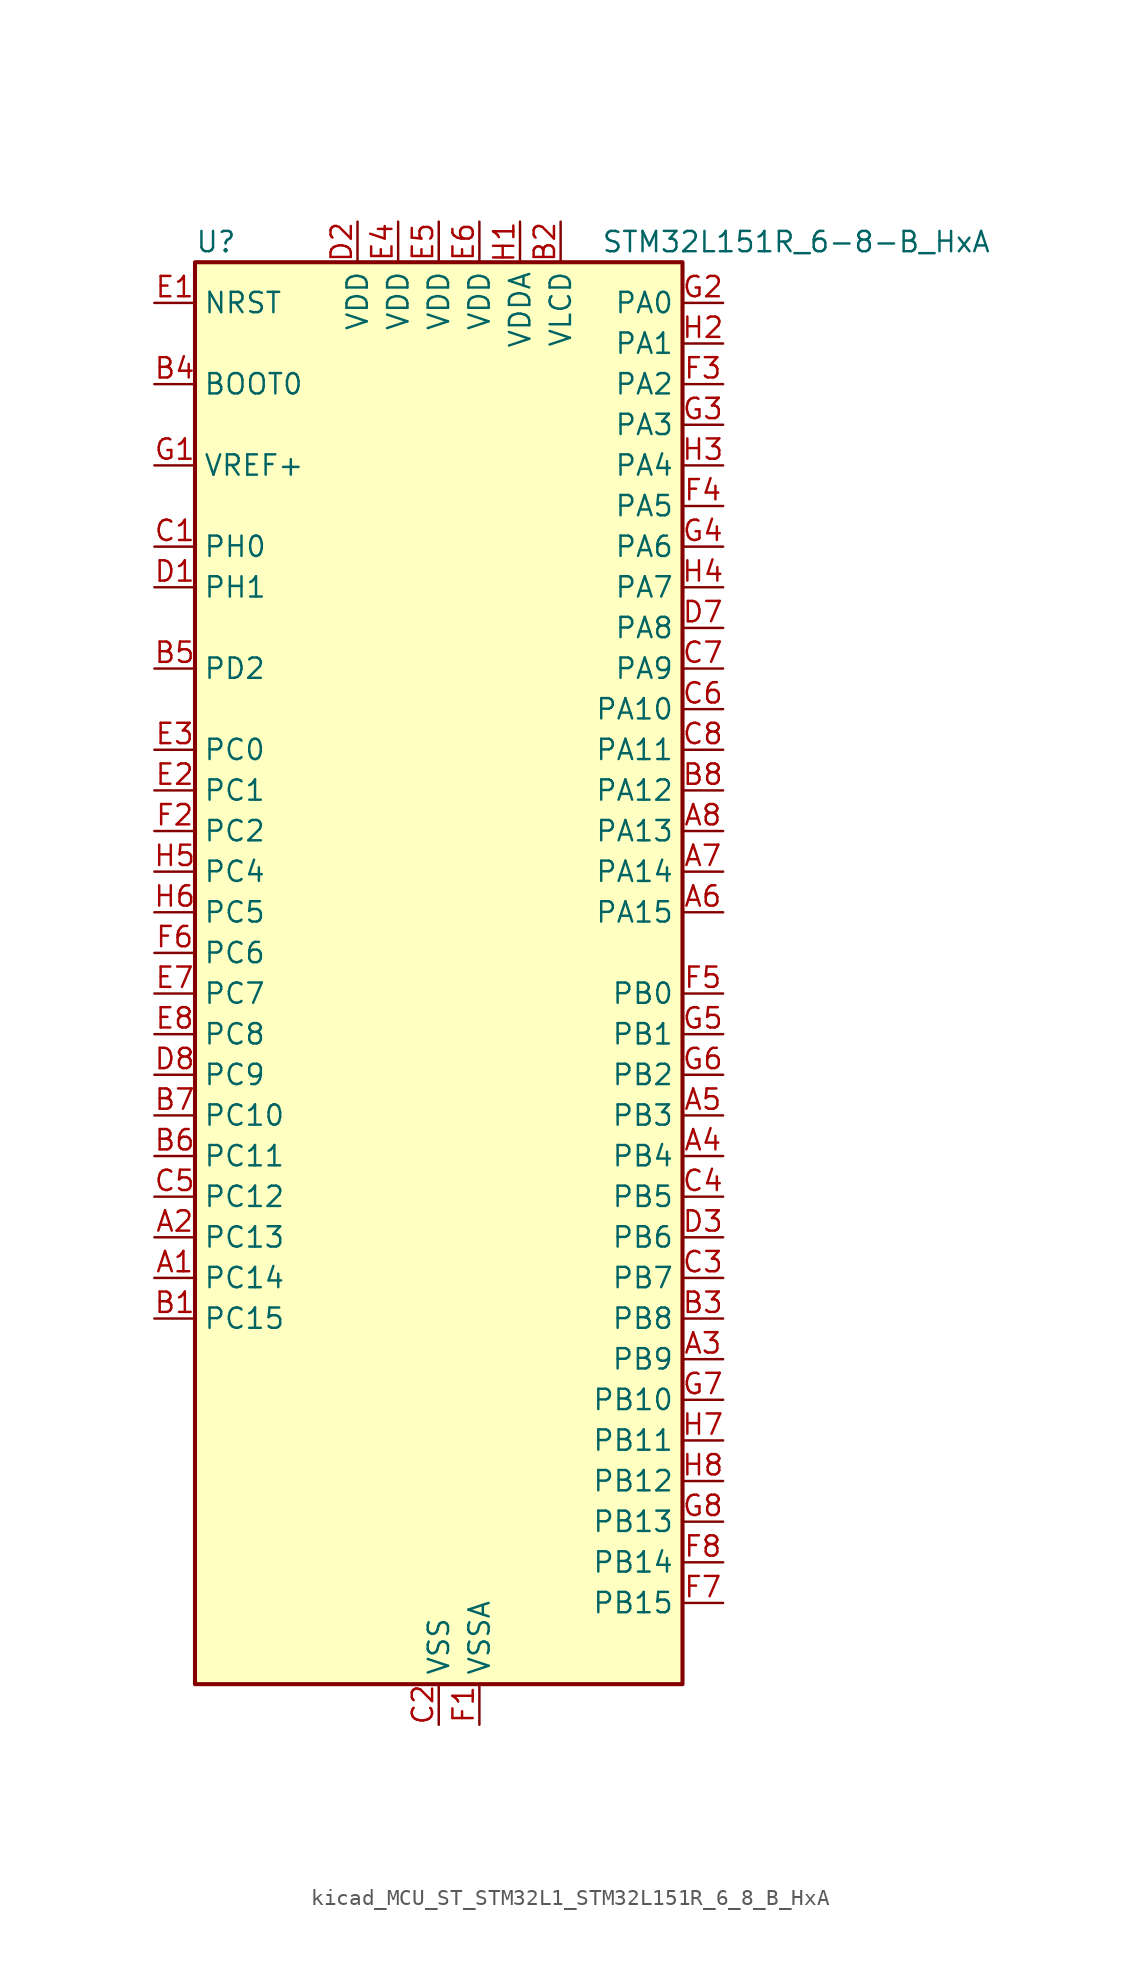
<source format=kicad_sym>
(kicad_symbol_lib
  (version 20220914)
  (generator kicad_symbol_editor)
  (symbol "kicad_MCU_ST_STM32L1_STM32L151R_6_8_B_HxA"
    (property "Reference" "U"
      (at -15.24 46.99 0)
      (effects (font (size 1.27 1.27)) (justify left)))
    (property "Value" "STM32L151R_6-8-B_HxA"
      (at 10.16 46.99 0)
      (effects (font (size 1.27 1.27)) (justify left)))
    (property "ki_locked" ""
      (at 0 0 0)
      (effects (font (size 1.27 1.27))))
    (symbol "kicad_MCU_ST_STM32L1_STM32L151R_6_8_B_HxA_0_1"
      (rectangle (start -15.24 -43.18) (end 15.24 45.72) (stroke (width 0.254) (type default)) (fill (type background))))
    (symbol "kicad_MCU_ST_STM32L1_STM32L151R_6_8_B_HxA_1_1"
      (pin bidirectional line (at -17.78 -17.78 0) (length 2.54) (name "PC14" (effects (font (size 1.27 1.27)))) (number "A1" (effects (font (size 1.27 1.27)))) (alternate "RCC_OSC32_IN" bidirectional line) (alternate "TIMX_IC3" bidirectional line))
      (pin bidirectional line (at -17.78 -15.24 0) (length 2.54) (name "PC13" (effects (font (size 1.27 1.27)))) (number "A2" (effects (font (size 1.27 1.27)))) (alternate "RTC_OUT_ALARM" bidirectional line) (alternate "RTC_OUT_CALIB" bidirectional line) (alternate "RTC_TAMP1" bidirectional line) (alternate "RTC_TS" bidirectional line) (alternate "SYS_WKUP2" bidirectional line) (alternate "TIMX_IC2" bidirectional line))
      (pin bidirectional line (at 17.78 -22.86 180) (length 2.54) (name "PB9" (effects (font (size 1.27 1.27)))) (number "A3" (effects (font (size 1.27 1.27)))) (alternate "DAC_EXTI9" bidirectional line) (alternate "I2C1_SDA" bidirectional line) (alternate "TIM11_CH1" bidirectional line) (alternate "TIM4_CH4" bidirectional line))
      (pin bidirectional line (at 17.78 -10.16 180) (length 2.54) (name "PB4" (effects (font (size 1.27 1.27)))) (number "A4" (effects (font (size 1.27 1.27)))) (alternate "COMP2_INP" bidirectional line) (alternate "SPI1_MISO" bidirectional line) (alternate "SYS_JTRST" bidirectional line) (alternate "TIM3_CH1" bidirectional line) (alternate "TS_G6_IO1" bidirectional line))
      (pin bidirectional line (at 17.78 -7.62 180) (length 2.54) (name "PB3" (effects (font (size 1.27 1.27)))) (number "A5" (effects (font (size 1.27 1.27)))) (alternate "COMP2_INM" bidirectional line) (alternate "SPI1_SCK" bidirectional line) (alternate "SYS_JTDO-TRACESWO" bidirectional line) (alternate "TIM2_CH2" bidirectional line))
      (pin bidirectional line (at 17.78 5.08 180) (length 2.54) (name "PA15" (effects (font (size 1.27 1.27)))) (number "A6" (effects (font (size 1.27 1.27)))) (alternate "ADC_EXTI15" bidirectional line) (alternate "SPI1_NSS" bidirectional line) (alternate "SYS_JTDI" bidirectional line) (alternate "TIM2_CH1" bidirectional line) (alternate "TIM2_ETR" bidirectional line) (alternate "TIMX_IC4" bidirectional line) (alternate "TS_G5_IO3" bidirectional line))
      (pin bidirectional line (at 17.78 7.62 180) (length 2.54) (name "PA14" (effects (font (size 1.27 1.27)))) (number "A7" (effects (font (size 1.27 1.27)))) (alternate "SYS_JTCK-SWCLK" bidirectional line) (alternate "TIMX_IC3" bidirectional line) (alternate "TS_G5_IO2" bidirectional line))
      (pin bidirectional line (at 17.78 10.16 180) (length 2.54) (name "PA13" (effects (font (size 1.27 1.27)))) (number "A8" (effects (font (size 1.27 1.27)))) (alternate "SYS_JTMS-SWDIO" bidirectional line) (alternate "TIMX_IC2" bidirectional line) (alternate "TS_G5_IO1" bidirectional line))
      (pin bidirectional line (at -17.78 -20.32 0) (length 2.54) (name "PC15" (effects (font (size 1.27 1.27)))) (number "B1" (effects (font (size 1.27 1.27)))) (alternate "ADC_EXTI15" bidirectional line) (alternate "RCC_OSC32_OUT" bidirectional line) (alternate "TIMX_IC4" bidirectional line))
      (pin power_in line (at 7.62 48.26 270) (length 2.54) (name "VLCD" (effects (font (size 1.27 1.27)))) (number "B2" (effects (font (size 1.27 1.27)))))
      (pin bidirectional line (at 17.78 -20.32 180) (length 2.54) (name "PB8" (effects (font (size 1.27 1.27)))) (number "B3" (effects (font (size 1.27 1.27)))) (alternate "I2C1_SCL" bidirectional line) (alternate "TIM10_CH1" bidirectional line) (alternate "TIM4_CH3" bidirectional line))
      (pin input line (at -17.78 38.1 0) (length 2.54) (name "BOOT0" (effects (font (size 1.27 1.27)))) (number "B4" (effects (font (size 1.27 1.27)))))
      (pin bidirectional line (at -17.78 20.32 0) (length 2.54) (name "PD2" (effects (font (size 1.27 1.27)))) (number "B5" (effects (font (size 1.27 1.27)))) (alternate "TIM3_ETR" bidirectional line) (alternate "TIMX_IC3" bidirectional line))
      (pin bidirectional line (at -17.78 -10.16 0) (length 2.54) (name "PC11" (effects (font (size 1.27 1.27)))) (number "B6" (effects (font (size 1.27 1.27)))) (alternate "ADC_EXTI11" bidirectional line) (alternate "TIMX_IC4" bidirectional line) (alternate "USART3_RX" bidirectional line))
      (pin bidirectional line (at -17.78 -7.62 0) (length 2.54) (name "PC10" (effects (font (size 1.27 1.27)))) (number "B7" (effects (font (size 1.27 1.27)))) (alternate "TIMX_IC3" bidirectional line) (alternate "USART3_TX" bidirectional line))
      (pin bidirectional line (at 17.78 12.7 180) (length 2.54) (name "PA12" (effects (font (size 1.27 1.27)))) (number "B8" (effects (font (size 1.27 1.27)))) (alternate "SPI1_MOSI" bidirectional line) (alternate "TIMX_IC1" bidirectional line) (alternate "USART1_RTS" bidirectional line) (alternate "USB_DP" bidirectional line))
      (pin bidirectional line (at -17.78 27.94 0) (length 2.54) (name "PH0" (effects (font (size 1.27 1.27)))) (number "C1" (effects (font (size 1.27 1.27)))) (alternate "RCC_OSC_IN" bidirectional line))
      (pin power_in line (at 0 -45.72 90) (length 2.54) (name "VSS" (effects (font (size 1.27 1.27)))) (number "C2" (effects (font (size 1.27 1.27)))))
      (pin bidirectional line (at 17.78 -17.78 180) (length 2.54) (name "PB7" (effects (font (size 1.27 1.27)))) (number "C3" (effects (font (size 1.27 1.27)))) (alternate "I2C1_SDA" bidirectional line) (alternate "SYS_PVD_IN" bidirectional line) (alternate "TIM4_CH2" bidirectional line) (alternate "TS_G6_IO4" bidirectional line) (alternate "USART1_RX" bidirectional line))
      (pin bidirectional line (at 17.78 -12.7 180) (length 2.54) (name "PB5" (effects (font (size 1.27 1.27)))) (number "C4" (effects (font (size 1.27 1.27)))) (alternate "COMP2_INP" bidirectional line) (alternate "I2C1_SMBA" bidirectional line) (alternate "SPI1_MOSI" bidirectional line) (alternate "TIM3_CH2" bidirectional line) (alternate "TS_G6_IO2" bidirectional line))
      (pin bidirectional line (at -17.78 -12.7 0) (length 2.54) (name "PC12" (effects (font (size 1.27 1.27)))) (number "C5" (effects (font (size 1.27 1.27)))) (alternate "TIMX_IC1" bidirectional line) (alternate "USART3_CK" bidirectional line))
      (pin bidirectional line (at 17.78 17.78 180) (length 2.54) (name "PA10" (effects (font (size 1.27 1.27)))) (number "C6" (effects (font (size 1.27 1.27)))) (alternate "TIMX_IC3" bidirectional line) (alternate "TS_G4_IO3" bidirectional line) (alternate "USART1_RX" bidirectional line))
      (pin bidirectional line (at 17.78 20.32 180) (length 2.54) (name "PA9" (effects (font (size 1.27 1.27)))) (number "C7" (effects (font (size 1.27 1.27)))) (alternate "DAC_EXTI9" bidirectional line) (alternate "TIMX_IC2" bidirectional line) (alternate "TS_G4_IO2" bidirectional line) (alternate "USART1_TX" bidirectional line))
      (pin bidirectional line (at 17.78 15.24 180) (length 2.54) (name "PA11" (effects (font (size 1.27 1.27)))) (number "C8" (effects (font (size 1.27 1.27)))) (alternate "ADC_EXTI11" bidirectional line) (alternate "SPI1_MISO" bidirectional line) (alternate "TIMX_IC4" bidirectional line) (alternate "USART1_CTS" bidirectional line) (alternate "USB_DM" bidirectional line))
      (pin bidirectional line (at -17.78 25.4 0) (length 2.54) (name "PH1" (effects (font (size 1.27 1.27)))) (number "D1" (effects (font (size 1.27 1.27)))) (alternate "RCC_OSC_OUT" bidirectional line))
      (pin power_in line (at -5.08 48.26 270) (length 2.54) (name "VDD" (effects (font (size 1.27 1.27)))) (number "D2" (effects (font (size 1.27 1.27)))))
      (pin bidirectional line (at 17.78 -15.24 180) (length 2.54) (name "PB6" (effects (font (size 1.27 1.27)))) (number "D3" (effects (font (size 1.27 1.27)))) (alternate "I2C1_SCL" bidirectional line) (alternate "TIM4_CH1" bidirectional line) (alternate "TS_G6_IO3" bidirectional line) (alternate "USART1_TX" bidirectional line))
      (pin passive line (at 0 -45.72 90) (length 2.54) hide (name "VSS" (effects (font (size 1.27 1.27)))) (number "D4" (effects (font (size 1.27 1.27)))))
      (pin passive line (at 0 -45.72 90) (length 2.54) hide (name "VSS" (effects (font (size 1.27 1.27)))) (number "D5" (effects (font (size 1.27 1.27)))))
      (pin passive line (at 0 -45.72 90) (length 2.54) hide (name "VSS" (effects (font (size 1.27 1.27)))) (number "D6" (effects (font (size 1.27 1.27)))))
      (pin bidirectional line (at 17.78 22.86 180) (length 2.54) (name "PA8" (effects (font (size 1.27 1.27)))) (number "D7" (effects (font (size 1.27 1.27)))) (alternate "RCC_MCO" bidirectional line) (alternate "TIMX_IC1" bidirectional line) (alternate "TS_G4_IO1" bidirectional line) (alternate "USART1_CK" bidirectional line))
      (pin bidirectional line (at -17.78 -5.08 0) (length 2.54) (name "PC9" (effects (font (size 1.27 1.27)))) (number "D8" (effects (font (size 1.27 1.27)))) (alternate "DAC_EXTI9" bidirectional line) (alternate "TIM3_CH4" bidirectional line) (alternate "TIMX_IC2" bidirectional line) (alternate "TS_G10_IO4" bidirectional line))
      (pin input line (at -17.78 43.18 0) (length 2.54) (name "NRST" (effects (font (size 1.27 1.27)))) (number "E1" (effects (font (size 1.27 1.27)))))
      (pin bidirectional line (at -17.78 12.7 0) (length 2.54) (name "PC1" (effects (font (size 1.27 1.27)))) (number "E2" (effects (font (size 1.27 1.27)))) (alternate "ADC_IN11" bidirectional line) (alternate "COMP1_INP" bidirectional line) (alternate "TIMX_IC2" bidirectional line) (alternate "TS_G8_IO2" bidirectional line))
      (pin bidirectional line (at -17.78 15.24 0) (length 2.54) (name "PC0" (effects (font (size 1.27 1.27)))) (number "E3" (effects (font (size 1.27 1.27)))) (alternate "ADC_IN10" bidirectional line) (alternate "COMP1_INP" bidirectional line) (alternate "TIMX_IC1" bidirectional line) (alternate "TS_G8_IO1" bidirectional line))
      (pin power_in line (at -2.54 48.26 270) (length 2.54) (name "VDD" (effects (font (size 1.27 1.27)))) (number "E4" (effects (font (size 1.27 1.27)))))
      (pin power_in line (at 0 48.26 270) (length 2.54) (name "VDD" (effects (font (size 1.27 1.27)))) (number "E5" (effects (font (size 1.27 1.27)))))
      (pin power_in line (at 2.54 48.26 270) (length 2.54) (name "VDD" (effects (font (size 1.27 1.27)))) (number "E6" (effects (font (size 1.27 1.27)))))
      (pin bidirectional line (at -17.78 0 0) (length 2.54) (name "PC7" (effects (font (size 1.27 1.27)))) (number "E7" (effects (font (size 1.27 1.27)))) (alternate "TIM3_CH2" bidirectional line) (alternate "TIMX_IC4" bidirectional line) (alternate "TS_G10_IO2" bidirectional line))
      (pin bidirectional line (at -17.78 -2.54 0) (length 2.54) (name "PC8" (effects (font (size 1.27 1.27)))) (number "E8" (effects (font (size 1.27 1.27)))) (alternate "TIM3_CH3" bidirectional line) (alternate "TIMX_IC1" bidirectional line) (alternate "TS_G10_IO3" bidirectional line))
      (pin power_in line (at 2.54 -45.72 90) (length 2.54) (name "VSSA" (effects (font (size 1.27 1.27)))) (number "F1" (effects (font (size 1.27 1.27)))))
      (pin bidirectional line (at -17.78 10.16 0) (length 2.54) (name "PC2" (effects (font (size 1.27 1.27)))) (number "F2" (effects (font (size 1.27 1.27)))) (alternate "ADC_IN12" bidirectional line) (alternate "COMP1_INP" bidirectional line) (alternate "TIMX_IC3" bidirectional line) (alternate "TS_G8_IO3" bidirectional line))
      (pin bidirectional line (at 17.78 38.1 180) (length 2.54) (name "PA2" (effects (font (size 1.27 1.27)))) (number "F3" (effects (font (size 1.27 1.27)))) (alternate "ADC_IN2" bidirectional line) (alternate "COMP1_INP" bidirectional line) (alternate "TIM2_CH3" bidirectional line) (alternate "TIM9_CH1" bidirectional line) (alternate "TIMX_IC3" bidirectional line) (alternate "TS_G1_IO3" bidirectional line) (alternate "USART2_TX" bidirectional line))
      (pin bidirectional line (at 17.78 30.48 180) (length 2.54) (name "PA5" (effects (font (size 1.27 1.27)))) (number "F4" (effects (font (size 1.27 1.27)))) (alternate "ADC_IN5" bidirectional line) (alternate "COMP1_INP" bidirectional line) (alternate "DAC_OUT2" bidirectional line) (alternate "SPI1_SCK" bidirectional line) (alternate "TIM2_CH1" bidirectional line) (alternate "TIM2_ETR" bidirectional line) (alternate "TIMX_IC2" bidirectional line))
      (pin bidirectional line (at 17.78 0 180) (length 2.54) (name "PB0" (effects (font (size 1.27 1.27)))) (number "F5" (effects (font (size 1.27 1.27)))) (alternate "ADC_IN8" bidirectional line) (alternate "COMP1_INP" bidirectional line) (alternate "SYS_V_REF_OUT" bidirectional line) (alternate "TIM3_CH3" bidirectional line) (alternate "TS_G3_IO1" bidirectional line))
      (pin bidirectional line (at -17.78 2.54 0) (length 2.54) (name "PC6" (effects (font (size 1.27 1.27)))) (number "F6" (effects (font (size 1.27 1.27)))) (alternate "TIM3_CH1" bidirectional line) (alternate "TIMX_IC3" bidirectional line) (alternate "TS_G10_IO1" bidirectional line))
      (pin bidirectional line (at 17.78 -38.1 180) (length 2.54) (name "PB15" (effects (font (size 1.27 1.27)))) (number "F7" (effects (font (size 1.27 1.27)))) (alternate "ADC_EXTI15" bidirectional line) (alternate "ADC_IN21" bidirectional line) (alternate "COMP1_INP" bidirectional line) (alternate "RTC_REFIN" bidirectional line) (alternate "SPI2_MOSI" bidirectional line) (alternate "TIM11_CH1" bidirectional line) (alternate "TS_G7_IO4" bidirectional line))
      (pin bidirectional line (at 17.78 -35.56 180) (length 2.54) (name "PB14" (effects (font (size 1.27 1.27)))) (number "F8" (effects (font (size 1.27 1.27)))) (alternate "ADC_IN20" bidirectional line) (alternate "COMP1_INP" bidirectional line) (alternate "SPI2_MISO" bidirectional line) (alternate "TIM9_CH2" bidirectional line) (alternate "TS_G7_IO3" bidirectional line) (alternate "USART3_RTS" bidirectional line))
      (pin input line (at -17.78 33.02 0) (length 2.54) (name "VREF+" (effects (font (size 1.27 1.27)))) (number "G1" (effects (font (size 1.27 1.27)))))
      (pin bidirectional line (at 17.78 43.18 180) (length 2.54) (name "PA0" (effects (font (size 1.27 1.27)))) (number "G2" (effects (font (size 1.27 1.27)))) (alternate "ADC_IN0" bidirectional line) (alternate "COMP1_INP" bidirectional line) (alternate "RTC_TAMP2" bidirectional line) (alternate "SYS_WKUP1" bidirectional line) (alternate "TIM2_CH1" bidirectional line) (alternate "TIM2_ETR" bidirectional line) (alternate "TIMX_IC1" bidirectional line) (alternate "TS_G1_IO1" bidirectional line) (alternate "USART2_CTS" bidirectional line))
      (pin bidirectional line (at 17.78 35.56 180) (length 2.54) (name "PA3" (effects (font (size 1.27 1.27)))) (number "G3" (effects (font (size 1.27 1.27)))) (alternate "ADC_IN3" bidirectional line) (alternate "COMP1_INP" bidirectional line) (alternate "TIM2_CH4" bidirectional line) (alternate "TIM9_CH2" bidirectional line) (alternate "TIMX_IC4" bidirectional line) (alternate "TS_G1_IO4" bidirectional line) (alternate "USART2_RX" bidirectional line))
      (pin bidirectional line (at 17.78 27.94 180) (length 2.54) (name "PA6" (effects (font (size 1.27 1.27)))) (number "G4" (effects (font (size 1.27 1.27)))) (alternate "ADC_IN6" bidirectional line) (alternate "COMP1_INP" bidirectional line) (alternate "SPI1_MISO" bidirectional line) (alternate "TIM10_CH1" bidirectional line) (alternate "TIM3_CH1" bidirectional line) (alternate "TIMX_IC3" bidirectional line) (alternate "TS_G2_IO1" bidirectional line))
      (pin bidirectional line (at 17.78 -2.54 180) (length 2.54) (name "PB1" (effects (font (size 1.27 1.27)))) (number "G5" (effects (font (size 1.27 1.27)))) (alternate "ADC_IN9" bidirectional line) (alternate "COMP1_INP" bidirectional line) (alternate "SYS_V_REF_OUT" bidirectional line) (alternate "TIM3_CH4" bidirectional line) (alternate "TS_G3_IO2" bidirectional line))
      (pin bidirectional line (at 17.78 -5.08 180) (length 2.54) (name "PB2" (effects (font (size 1.27 1.27)))) (number "G6" (effects (font (size 1.27 1.27)))) (alternate "TS_G3_IO3" bidirectional line))
      (pin bidirectional line (at 17.78 -25.4 180) (length 2.54) (name "PB10" (effects (font (size 1.27 1.27)))) (number "G7" (effects (font (size 1.27 1.27)))) (alternate "I2C2_SCL" bidirectional line) (alternate "TIM2_CH3" bidirectional line) (alternate "USART3_TX" bidirectional line))
      (pin bidirectional line (at 17.78 -33.02 180) (length 2.54) (name "PB13" (effects (font (size 1.27 1.27)))) (number "G8" (effects (font (size 1.27 1.27)))) (alternate "ADC_IN19" bidirectional line) (alternate "COMP1_INP" bidirectional line) (alternate "SPI2_SCK" bidirectional line) (alternate "TIM9_CH1" bidirectional line) (alternate "TS_G7_IO2" bidirectional line) (alternate "USART3_CTS" bidirectional line))
      (pin power_in line (at 5.08 48.26 270) (length 2.54) (name "VDDA" (effects (font (size 1.27 1.27)))) (number "H1" (effects (font (size 1.27 1.27)))))
      (pin bidirectional line (at 17.78 40.64 180) (length 2.54) (name "PA1" (effects (font (size 1.27 1.27)))) (number "H2" (effects (font (size 1.27 1.27)))) (alternate "ADC_IN1" bidirectional line) (alternate "COMP1_INP" bidirectional line) (alternate "TIM2_CH2" bidirectional line) (alternate "TIMX_IC2" bidirectional line) (alternate "TS_G1_IO2" bidirectional line) (alternate "USART2_RTS" bidirectional line))
      (pin bidirectional line (at 17.78 33.02 180) (length 2.54) (name "PA4" (effects (font (size 1.27 1.27)))) (number "H3" (effects (font (size 1.27 1.27)))) (alternate "ADC_IN4" bidirectional line) (alternate "COMP1_INP" bidirectional line) (alternate "DAC_OUT1" bidirectional line) (alternate "SPI1_NSS" bidirectional line) (alternate "TIMX_IC1" bidirectional line) (alternate "USART2_CK" bidirectional line))
      (pin bidirectional line (at 17.78 25.4 180) (length 2.54) (name "PA7" (effects (font (size 1.27 1.27)))) (number "H4" (effects (font (size 1.27 1.27)))) (alternate "ADC_IN7" bidirectional line) (alternate "COMP1_INP" bidirectional line) (alternate "SPI1_MOSI" bidirectional line) (alternate "TIM11_CH1" bidirectional line) (alternate "TIM3_CH2" bidirectional line) (alternate "TIMX_IC4" bidirectional line) (alternate "TS_G2_IO2" bidirectional line))
      (pin bidirectional line (at -17.78 7.62 0) (length 2.54) (name "PC4" (effects (font (size 1.27 1.27)))) (number "H5" (effects (font (size 1.27 1.27)))) (alternate "ADC_IN14" bidirectional line) (alternate "COMP1_INP" bidirectional line) (alternate "TIMX_IC1" bidirectional line) (alternate "TS_G9_IO1" bidirectional line))
      (pin bidirectional line (at -17.78 5.08 0) (length 2.54) (name "PC5" (effects (font (size 1.27 1.27)))) (number "H6" (effects (font (size 1.27 1.27)))) (alternate "ADC_IN15" bidirectional line) (alternate "COMP1_INP" bidirectional line) (alternate "TIMX_IC2" bidirectional line) (alternate "TS_G9_IO2" bidirectional line))
      (pin bidirectional line (at 17.78 -27.94 180) (length 2.54) (name "PB11" (effects (font (size 1.27 1.27)))) (number "H7" (effects (font (size 1.27 1.27)))) (alternate "ADC_EXTI11" bidirectional line) (alternate "I2C2_SDA" bidirectional line) (alternate "TIM2_CH4" bidirectional line) (alternate "USART3_RX" bidirectional line))
      (pin bidirectional line (at 17.78 -30.48 180) (length 2.54) (name "PB12" (effects (font (size 1.27 1.27)))) (number "H8" (effects (font (size 1.27 1.27)))) (alternate "ADC_IN18" bidirectional line) (alternate "COMP1_INP" bidirectional line) (alternate "I2C2_SMBA" bidirectional line) (alternate "SPI2_NSS" bidirectional line) (alternate "TIM10_CH1" bidirectional line) (alternate "TS_G7_IO1" bidirectional line) (alternate "USART3_CK" bidirectional line)))))
</source>
